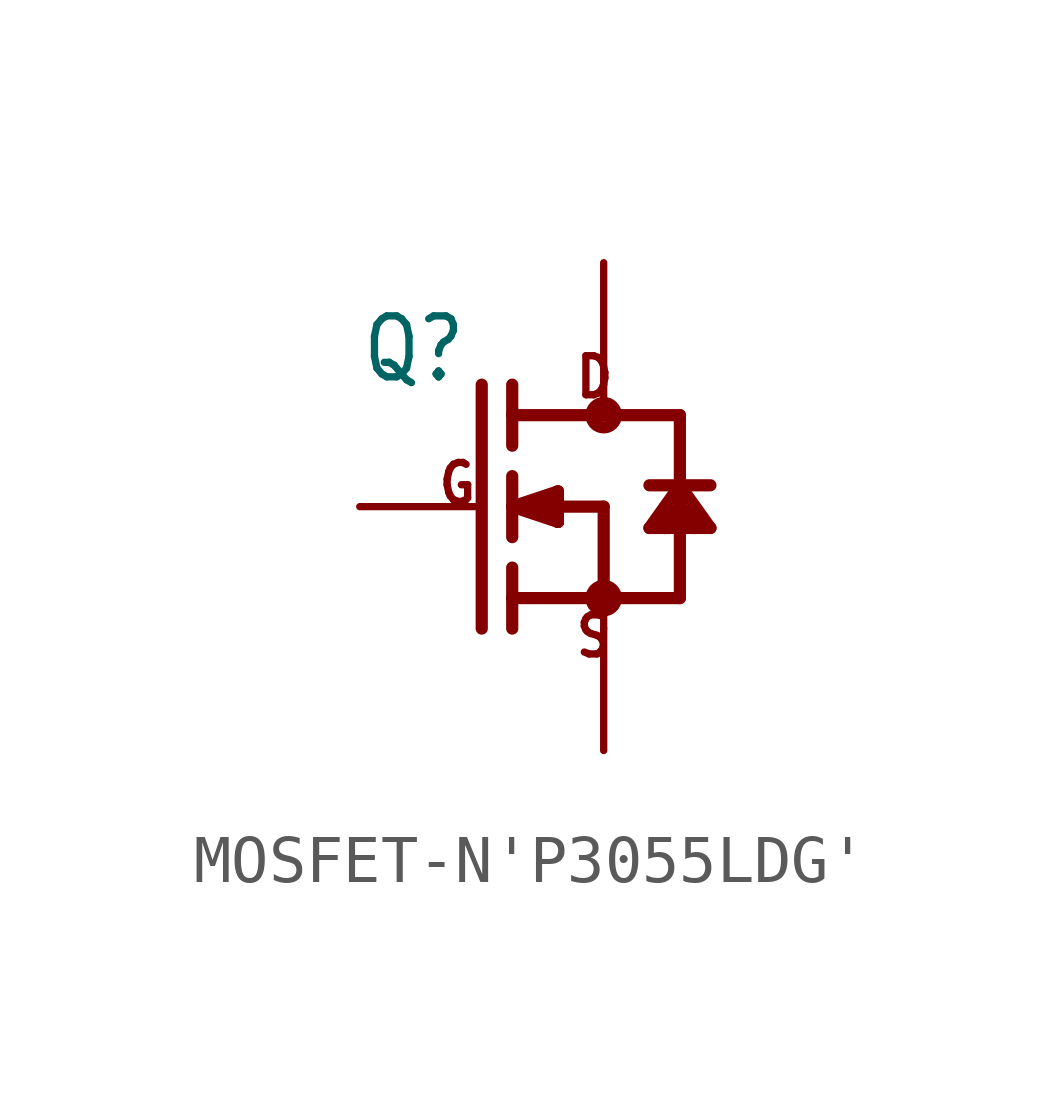
<source format=kicad_sym>
(kicad_symbol_lib
  (version 20220914)
  (generator kicad_symbol_editor)
  (symbol "MOSFET-N'P3055LDG'"
    (property "Reference" "Q"
      (at -5.08 2.54 0)
      (effects (font (size 1.27 1.079)) (justify left bottom)))
    (property "Value" ""
      (at -5.08 1.27 0)
      (effects (font (size 1.27 1.079)) (justify left bottom)))
    (property "ki_locked" ""
      (at 0 0 0)
      (effects (font (size 1.27 1.27))))
    (symbol "MOSFET-N'P3055LDG'_1_0"
      (circle (center 0 -1.905) (radius 0.254) (stroke (width 0.254) (type solid)) (fill (type none)))
      (polyline (pts (xy -2.54 2.54) (xy -2.54 -2.54)) (stroke (width 0.254) (type solid)) (fill (type none)))
      (polyline (pts (xy -1.905 -2.54) (xy -1.905 -1.905)) (stroke (width 0.254) (type solid)) (fill (type none)))
      (polyline (pts (xy -1.905 -1.905) (xy -1.905 -1.27)) (stroke (width 0.254) (type solid)) (fill (type none)))
      (polyline (pts (xy -1.905 -1.905) (xy 0 -1.905)) (stroke (width 0.254) (type solid)) (fill (type none)))
      (polyline (pts (xy -1.905 0) (xy -1.905 -0.635)) (stroke (width 0.254) (type solid)) (fill (type none)))
      (polyline (pts (xy -1.905 0) (xy -0.953 -0.318)) (stroke (width 0.254) (type solid)) (fill (type none)))
      (polyline (pts (xy -1.905 0) (xy -0.953 0.318)) (stroke (width 0.254) (type solid)) (fill (type none)))
      (polyline (pts (xy -1.905 0.635) (xy -1.905 0)) (stroke (width 0.254) (type solid)) (fill (type none)))
      (polyline (pts (xy -1.905 1.905) (xy -1.905 1.27)) (stroke (width 0.254) (type solid)) (fill (type none)))
      (polyline (pts (xy -1.905 1.905) (xy 0 1.905)) (stroke (width 0.254) (type solid)) (fill (type none)))
      (polyline (pts (xy -1.905 2.54) (xy -1.905 1.905)) (stroke (width 0.254) (type solid)) (fill (type none)))
      (polyline (pts (xy -1.587 0) (xy -0.953 -0.318)) (stroke (width 0.254) (type solid)) (fill (type none)))
      (polyline (pts (xy -0.953 -0.318) (xy -1.397 0.127)) (stroke (width 0.254) (type solid)) (fill (type none)))
      (polyline (pts (xy -0.953 -0.318) (xy -0.953 0.318)) (stroke (width 0.254) (type solid)) (fill (type none)))
      (polyline (pts (xy -0.953 0.318) (xy -1.587 0)) (stroke (width 0.254) (type solid)) (fill (type none)))
      (polyline (pts (xy 0 -1.905) (xy 0 -2.54)) (stroke (width 0.152) (type solid)) (fill (type none)))
      (polyline (pts (xy 0 0) (xy -1.587 0)) (stroke (width 0.254) (type solid)) (fill (type none)))
      (polyline (pts (xy 0 0) (xy 0 -1.905)) (stroke (width 0.254) (type solid)) (fill (type none)))
      (polyline (pts (xy 0 1.905) (xy 1.587 1.905)) (stroke (width 0.254) (type solid)) (fill (type none)))
      (polyline (pts (xy 0 2.54) (xy 0 1.905)) (stroke (width 0.152) (type solid)) (fill (type none)))
      (polyline (pts (xy 0.953 -0.445) (xy 1.587 0.445)) (stroke (width 0.254) (type solid)) (fill (type none)))
      (polyline (pts (xy 1.27 -0.445) (xy 0.953 -0.445)) (stroke (width 0.254) (type solid)) (fill (type none)))
      (polyline (pts (xy 1.587 -1.905) (xy 0 -1.905)) (stroke (width 0.254) (type solid)) (fill (type none)))
      (polyline (pts (xy 1.587 -1.905) (xy 1.587 0)) (stroke (width 0.254) (type solid)) (fill (type none)))
      (polyline (pts (xy 1.587 0) (xy 1.27 -0.445)) (stroke (width 0.254) (type solid)) (fill (type none)))
      (polyline (pts (xy 1.587 0) (xy 1.27 -0.318)) (stroke (width 0.254) (type solid)) (fill (type none)))
      (polyline (pts (xy 1.587 0) (xy 1.587 0.445)) (stroke (width 0.254) (type solid)) (fill (type none)))
      (polyline (pts (xy 1.587 0.445) (xy 0.953 0.445)) (stroke (width 0.254) (type solid)) (fill (type none)))
      (polyline (pts (xy 1.587 0.445) (xy 1.587 1.905)) (stroke (width 0.254) (type solid)) (fill (type none)))
      (polyline (pts (xy 1.587 0.445) (xy 2.223 -0.445)) (stroke (width 0.254) (type solid)) (fill (type none)))
      (polyline (pts (xy 1.905 -0.445) (xy 1.27 -0.445)) (stroke (width 0.254) (type solid)) (fill (type none)))
      (polyline (pts (xy 1.905 -0.445) (xy 1.587 0)) (stroke (width 0.254) (type solid)) (fill (type none)))
      (polyline (pts (xy 1.905 -0.318) (xy 1.587 0)) (stroke (width 0.254) (type solid)) (fill (type none)))
      (polyline (pts (xy 2.223 -0.445) (xy 1.905 -0.445)) (stroke (width 0.254) (type solid)) (fill (type none)))
      (polyline (pts (xy 2.223 0.445) (xy 1.587 0.445)) (stroke (width 0.254) (type solid)) (fill (type none)))
      (circle (center 0 1.905) (radius 0.254) (stroke (width 0.254) (type solid)) (fill (type none)))
      (text "D" (at -0.635 2.223 0) (effects (font (size 0.813 0.691)) (justify left bottom)))
      (text "G" (at -3.493 0 0) (effects (font (size 0.813 0.691)) (justify left bottom)))
      (text "S" (at -0.635 -3.175 0) (effects (font (size 0.813 0.691)) (justify left bottom)))
      (pin passive line (at -5.08 0 0) (length 2.54) (name "G" (effects (font (size 0 0)))) (number "1" (effects (font (size 0 0)))))
      (pin passive line (at 0 5.08 270) (length 2.54) (name "D" (effects (font (size 0 0)))) (number "2" (effects (font (size 0 0)))))
      (pin passive line (at 0 -5.08 90) (length 2.54) (name "S" (effects (font (size 0 0)))) (number "3" (effects (font (size 0 0))))))))
</source>
